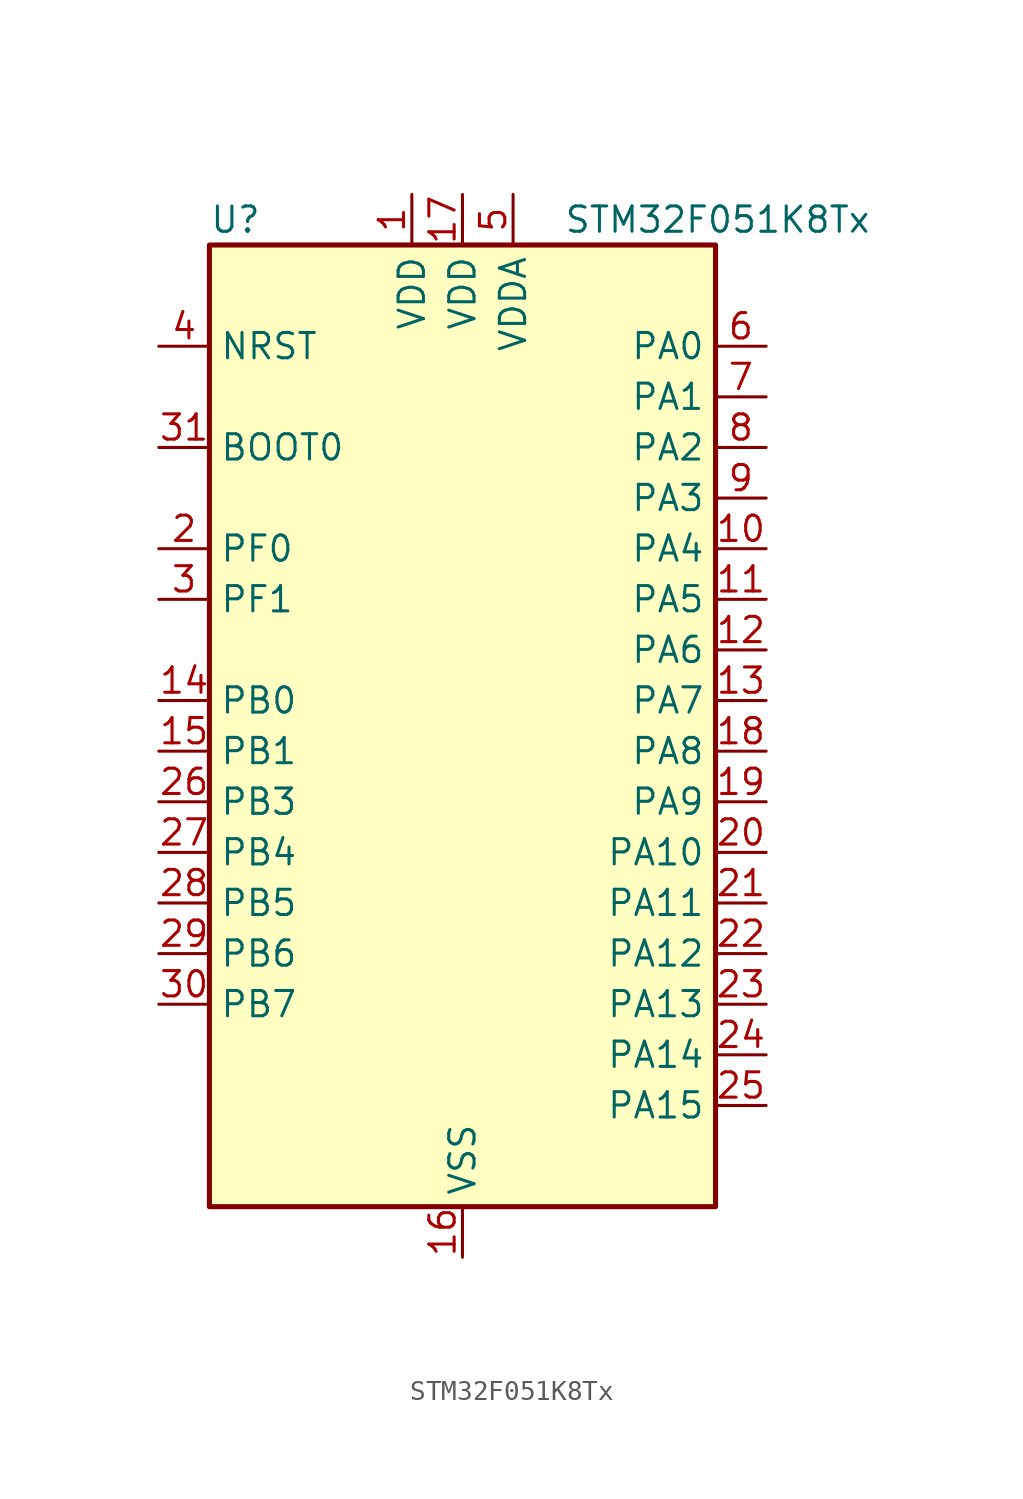
<source format=kicad_sym>
(kicad_symbol_lib
  (version 20241209)
  (generator "kicad_symbol_editor")
  (generator_version "9.0")
  (symbol "STM32F051K8Tx"
    (property "Reference" "U"
      (at -12.7 26.67 0)
      (effects (font (size 1.27 1.27)) (justify left)))
    (property "Value" "STM32F051K8Tx"
      (at 5.08 26.67 0)
      (effects (font (size 1.27 1.27)) (justify left)))
    (symbol "STM32F051K8Tx_0_1"
      (rectangle (start -12.7 -22.86) (end 12.7 25.4) (stroke (width 0.254) (type default)) (fill (type background))))
    (symbol "STM32F051K8Tx_1_1"
      (pin input line (at -15.24 20.32 0) (length 2.54) (name "NRST" (effects (font (size 1.27 1.27)))) (number "4" (effects (font (size 1.27 1.27)))))
      (pin input line (at -15.24 15.24 0) (length 2.54) (name "BOOT0" (effects (font (size 1.27 1.27)))) (number "31" (effects (font (size 1.27 1.27)))))
      (pin bidirectional line (at -15.24 10.16 0) (length 2.54) (name "PF0" (effects (font (size 1.27 1.27)))) (number "2" (effects (font (size 1.27 1.27)))) (alternate "RCC_OSC_IN" bidirectional line))
      (pin bidirectional line (at -15.24 7.62 0) (length 2.54) (name "PF1" (effects (font (size 1.27 1.27)))) (number "3" (effects (font (size 1.27 1.27)))) (alternate "RCC_OSC_OUT" bidirectional line))
      (pin bidirectional line (at -15.24 2.54 0) (length 2.54) (name "PB0" (effects (font (size 1.27 1.27)))) (number "14" (effects (font (size 1.27 1.27)))) (alternate "ADC_IN8" bidirectional line) (alternate "TIM1_CH2N" bidirectional line) (alternate "TIM3_CH3" bidirectional line) (alternate "TSC_G3_IO2" bidirectional line))
      (pin bidirectional line (at -15.24 0 0) (length 2.54) (name "PB1" (effects (font (size 1.27 1.27)))) (number "15" (effects (font (size 1.27 1.27)))) (alternate "ADC_IN9" bidirectional line) (alternate "TIM14_CH1" bidirectional line) (alternate "TIM1_CH3N" bidirectional line) (alternate "TIM3_CH4" bidirectional line) (alternate "TSC_G3_IO3" bidirectional line))
      (pin bidirectional line (at -15.24 -2.54 0) (length 2.54) (name "PB3" (effects (font (size 1.27 1.27)))) (number "26" (effects (font (size 1.27 1.27)))) (alternate "I2S1_CK" bidirectional line) (alternate "SPI1_SCK" bidirectional line) (alternate "TIM2_CH2" bidirectional line) (alternate "TSC_G5_IO1" bidirectional line))
      (pin bidirectional line (at -15.24 -5.08 0) (length 2.54) (name "PB4" (effects (font (size 1.27 1.27)))) (number "27" (effects (font (size 1.27 1.27)))) (alternate "I2S1_MCK" bidirectional line) (alternate "SPI1_MISO" bidirectional line) (alternate "TIM3_CH1" bidirectional line) (alternate "TSC_G5_IO2" bidirectional line))
      (pin bidirectional line (at -15.24 -7.62 0) (length 2.54) (name "PB5" (effects (font (size 1.27 1.27)))) (number "28" (effects (font (size 1.27 1.27)))) (alternate "I2C1_SMBA" bidirectional line) (alternate "I2S1_SD" bidirectional line) (alternate "SPI1_MOSI" bidirectional line) (alternate "TIM16_BKIN" bidirectional line) (alternate "TIM3_CH2" bidirectional line))
      (pin bidirectional line (at -15.24 -10.16 0) (length 2.54) (name "PB6" (effects (font (size 1.27 1.27)))) (number "29" (effects (font (size 1.27 1.27)))) (alternate "I2C1_SCL" bidirectional line) (alternate "TIM16_CH1N" bidirectional line) (alternate "TSC_G5_IO3" bidirectional line) (alternate "USART1_TX" bidirectional line))
      (pin bidirectional line (at -15.24 -12.7 0) (length 2.54) (name "PB7" (effects (font (size 1.27 1.27)))) (number "30" (effects (font (size 1.27 1.27)))) (alternate "I2C1_SDA" bidirectional line) (alternate "TIM17_CH1N" bidirectional line) (alternate "TSC_G5_IO4" bidirectional line) (alternate "USART1_RX" bidirectional line))
      (pin power_in line (at -2.54 27.94 270) (length 2.54) (name "VDD" (effects (font (size 1.27 1.27)))) (number "1" (effects (font (size 1.27 1.27)))))
      (pin power_in line (at 0 27.94 270) (length 2.54) (name "VDD" (effects (font (size 1.27 1.27)))) (number "17" (effects (font (size 1.27 1.27)))))
      (pin power_in line (at 0 -25.4 90) (length 2.54) (name "VSS" (effects (font (size 1.27 1.27)))) (number "16" (effects (font (size 1.27 1.27)))))
      (pin passive line (at 0 -25.4 90) (length 2.54) (hide yes) (name "VSS" (effects (font (size 1.27 1.27)))) (number "32" (effects (font (size 1.27 1.27)))))
      (pin power_in line (at 2.54 27.94 270) (length 2.54) (name "VDDA" (effects (font (size 1.27 1.27)))) (number "5" (effects (font (size 1.27 1.27)))))
      (pin bidirectional line (at 15.24 20.32 180) (length 2.54) (name "PA0" (effects (font (size 1.27 1.27)))) (number "6" (effects (font (size 1.27 1.27)))) (alternate "ADC_IN0" bidirectional line) (alternate "COMP1_INM" bidirectional line) (alternate "COMP1_OUT" bidirectional line) (alternate "RTC_TAMP2" bidirectional line) (alternate "SYS_WKUP1" bidirectional line) (alternate "TIM2_CH1" bidirectional line) (alternate "TIM2_ETR" bidirectional line) (alternate "TSC_G1_IO1" bidirectional line) (alternate "USART2_CTS" bidirectional line))
      (pin bidirectional line (at 15.24 17.78 180) (length 2.54) (name "PA1" (effects (font (size 1.27 1.27)))) (number "7" (effects (font (size 1.27 1.27)))) (alternate "ADC_IN1" bidirectional line) (alternate "COMP1_INP" bidirectional line) (alternate "TIM2_CH2" bidirectional line) (alternate "TSC_G1_IO2" bidirectional line) (alternate "USART2_DE" bidirectional line) (alternate "USART2_RTS" bidirectional line))
      (pin bidirectional line (at 15.24 15.24 180) (length 2.54) (name "PA2" (effects (font (size 1.27 1.27)))) (number "8" (effects (font (size 1.27 1.27)))) (alternate "ADC_IN2" bidirectional line) (alternate "COMP2_INM" bidirectional line) (alternate "COMP2_OUT" bidirectional line) (alternate "TIM15_CH1" bidirectional line) (alternate "TIM2_CH3" bidirectional line) (alternate "TSC_G1_IO3" bidirectional line) (alternate "USART2_TX" bidirectional line))
      (pin bidirectional line (at 15.24 12.7 180) (length 2.54) (name "PA3" (effects (font (size 1.27 1.27)))) (number "9" (effects (font (size 1.27 1.27)))) (alternate "ADC_IN3" bidirectional line) (alternate "COMP2_INP" bidirectional line) (alternate "TIM15_CH2" bidirectional line) (alternate "TIM2_CH4" bidirectional line) (alternate "TSC_G1_IO4" bidirectional line) (alternate "USART2_RX" bidirectional line))
      (pin bidirectional line (at 15.24 10.16 180) (length 2.54) (name "PA4" (effects (font (size 1.27 1.27)))) (number "10" (effects (font (size 1.27 1.27)))) (alternate "ADC_IN4" bidirectional line) (alternate "COMP1_INM" bidirectional line) (alternate "COMP2_INM" bidirectional line) (alternate "DAC1_OUT1" bidirectional line) (alternate "I2S1_WS" bidirectional line) (alternate "SPI1_NSS" bidirectional line) (alternate "TIM14_CH1" bidirectional line) (alternate "TSC_G2_IO1" bidirectional line) (alternate "USART2_CK" bidirectional line))
      (pin bidirectional line (at 15.24 7.62 180) (length 2.54) (name "PA5" (effects (font (size 1.27 1.27)))) (number "11" (effects (font (size 1.27 1.27)))) (alternate "ADC_IN5" bidirectional line) (alternate "CEC" bidirectional line) (alternate "COMP1_INM" bidirectional line) (alternate "COMP2_INM" bidirectional line) (alternate "I2S1_CK" bidirectional line) (alternate "SPI1_SCK" bidirectional line) (alternate "TIM2_CH1" bidirectional line) (alternate "TIM2_ETR" bidirectional line) (alternate "TSC_G2_IO2" bidirectional line))
      (pin bidirectional line (at 15.24 5.08 180) (length 2.54) (name "PA6" (effects (font (size 1.27 1.27)))) (number "12" (effects (font (size 1.27 1.27)))) (alternate "ADC_IN6" bidirectional line) (alternate "COMP1_OUT" bidirectional line) (alternate "I2S1_MCK" bidirectional line) (alternate "SPI1_MISO" bidirectional line) (alternate "TIM16_CH1" bidirectional line) (alternate "TIM1_BKIN" bidirectional line) (alternate "TIM3_CH1" bidirectional line) (alternate "TSC_G2_IO3" bidirectional line))
      (pin bidirectional line (at 15.24 2.54 180) (length 2.54) (name "PA7" (effects (font (size 1.27 1.27)))) (number "13" (effects (font (size 1.27 1.27)))) (alternate "ADC_IN7" bidirectional line) (alternate "COMP2_OUT" bidirectional line) (alternate "I2S1_SD" bidirectional line) (alternate "SPI1_MOSI" bidirectional line) (alternate "TIM14_CH1" bidirectional line) (alternate "TIM17_CH1" bidirectional line) (alternate "TIM1_CH1N" bidirectional line) (alternate "TIM3_CH2" bidirectional line) (alternate "TSC_G2_IO4" bidirectional line))
      (pin bidirectional line (at 15.24 0 180) (length 2.54) (name "PA8" (effects (font (size 1.27 1.27)))) (number "18" (effects (font (size 1.27 1.27)))) (alternate "RCC_MCO" bidirectional line) (alternate "TIM1_CH1" bidirectional line) (alternate "USART1_CK" bidirectional line))
      (pin bidirectional line (at 15.24 -2.54 180) (length 2.54) (name "PA9" (effects (font (size 1.27 1.27)))) (number "19" (effects (font (size 1.27 1.27)))) (alternate "DAC1_EXTI9" bidirectional line) (alternate "TIM15_BKIN" bidirectional line) (alternate "TIM1_CH2" bidirectional line) (alternate "TSC_G4_IO1" bidirectional line) (alternate "USART1_TX" bidirectional line))
      (pin bidirectional line (at 15.24 -5.08 180) (length 2.54) (name "PA10" (effects (font (size 1.27 1.27)))) (number "20" (effects (font (size 1.27 1.27)))) (alternate "TIM17_BKIN" bidirectional line) (alternate "TIM1_CH3" bidirectional line) (alternate "TSC_G4_IO2" bidirectional line) (alternate "USART1_RX" bidirectional line))
      (pin bidirectional line (at 15.24 -7.62 180) (length 2.54) (name "PA11" (effects (font (size 1.27 1.27)))) (number "21" (effects (font (size 1.27 1.27)))) (alternate "COMP1_OUT" bidirectional line) (alternate "TIM1_CH4" bidirectional line) (alternate "TSC_G4_IO3" bidirectional line) (alternate "USART1_CTS" bidirectional line))
      (pin bidirectional line (at 15.24 -10.16 180) (length 2.54) (name "PA12" (effects (font (size 1.27 1.27)))) (number "22" (effects (font (size 1.27 1.27)))) (alternate "COMP2_OUT" bidirectional line) (alternate "TIM1_ETR" bidirectional line) (alternate "TSC_G4_IO4" bidirectional line) (alternate "USART1_DE" bidirectional line) (alternate "USART1_RTS" bidirectional line))
      (pin bidirectional line (at 15.24 -12.7 180) (length 2.54) (name "PA13" (effects (font (size 1.27 1.27)))) (number "23" (effects (font (size 1.27 1.27)))) (alternate "IR_OUT" bidirectional line) (alternate "SYS_SWDIO" bidirectional line))
      (pin bidirectional line (at 15.24 -15.24 180) (length 2.54) (name "PA14" (effects (font (size 1.27 1.27)))) (number "24" (effects (font (size 1.27 1.27)))) (alternate "SYS_SWCLK" bidirectional line) (alternate "USART2_TX" bidirectional line))
      (pin bidirectional line (at 15.24 -17.78 180) (length 2.54) (name "PA15" (effects (font (size 1.27 1.27)))) (number "25" (effects (font (size 1.27 1.27)))) (alternate "I2S1_WS" bidirectional line) (alternate "SPI1_NSS" bidirectional line) (alternate "TIM2_CH1" bidirectional line) (alternate "TIM2_ETR" bidirectional line) (alternate "USART2_RX" bidirectional line)))))
</source>
